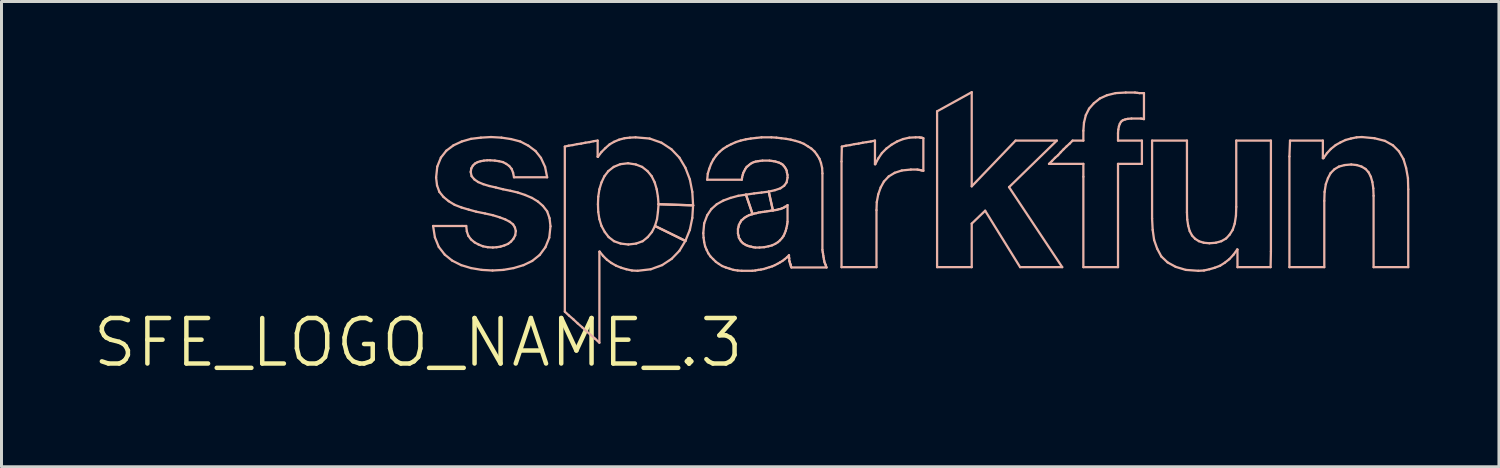
<source format=kicad_pcb>
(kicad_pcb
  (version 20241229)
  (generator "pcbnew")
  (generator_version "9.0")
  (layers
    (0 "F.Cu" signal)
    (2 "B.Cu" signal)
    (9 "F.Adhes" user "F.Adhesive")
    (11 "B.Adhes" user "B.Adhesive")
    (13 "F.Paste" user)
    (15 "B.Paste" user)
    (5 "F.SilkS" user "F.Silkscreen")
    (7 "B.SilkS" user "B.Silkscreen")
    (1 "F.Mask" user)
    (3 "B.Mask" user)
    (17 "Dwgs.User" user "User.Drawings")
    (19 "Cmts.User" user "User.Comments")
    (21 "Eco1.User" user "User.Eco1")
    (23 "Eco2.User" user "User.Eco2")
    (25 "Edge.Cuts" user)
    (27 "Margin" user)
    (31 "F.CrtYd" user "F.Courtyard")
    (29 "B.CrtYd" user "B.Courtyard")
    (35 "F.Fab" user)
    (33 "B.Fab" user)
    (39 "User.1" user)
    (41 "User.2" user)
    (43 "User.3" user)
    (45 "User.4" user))
  (footprint "SFE_LOGO_NAME_.3"
    (layer "F.Cu")
    (at 10.958 8.428)
    (property "Reference" "SFE_LOGO_NAME_.3" (at 0 0 0) (layer "F.SilkS") (effects (font (size 1.524 1.524) (thickness 0.15))))
    (attr exclude_from_pos_files exclude_from_bom)
    (fp_line (start 0.498 -3.909) (end 1.468 -3.909) (stroke (width 0.076) (type solid)) (layer "B.SilkS"))
    (fp_line (start 0.559 -3.528) (end 0.498 -3.909) (stroke (width 0.076) (type solid)) (layer "B.SilkS"))
    (fp_line (start 0.599 -5.53) (end 0.638 -5.898) (stroke (width 0.076) (type solid)) (layer "B.SilkS"))
    (fp_line (start 0.63 -5.268) (end 0.599 -5.53) (stroke (width 0.076) (type solid)) (layer "B.SilkS"))
    (fp_line (start 0.638 -5.898) (end 0.759 -6.198) (stroke (width 0.076) (type solid)) (layer "B.SilkS"))
    (fp_line (start 0.688 -3.208) (end 0.559 -3.528) (stroke (width 0.076) (type solid)) (layer "B.SilkS"))
    (fp_line (start 0.709 -5.05) (end 0.63 -5.268) (stroke (width 0.076) (type solid)) (layer "B.SilkS"))
    (fp_line (start 0.759 -6.198) (end 0.94 -6.429) (stroke (width 0.076) (type solid)) (layer "B.SilkS"))
    (fp_line (start 0.848 -4.879) (end 0.709 -5.05) (stroke (width 0.076) (type solid)) (layer "B.SilkS"))
    (fp_line (start 0.889 -2.949) (end 0.688 -3.208) (stroke (width 0.076) (type solid)) (layer "B.SilkS"))
    (fp_line (start 0.94 -6.429) (end 1.179 -6.609) (stroke (width 0.076) (type solid)) (layer "B.SilkS"))
    (fp_line (start 1.019 -4.74) (end 0.848 -4.879) (stroke (width 0.076) (type solid)) (layer "B.SilkS"))
    (fp_line (start 1.138 -2.748) (end 0.889 -2.949) (stroke (width 0.076) (type solid)) (layer "B.SilkS"))
    (fp_line (start 1.179 -6.609) (end 1.458 -6.739) (stroke (width 0.076) (type solid)) (layer "B.SilkS"))
    (fp_line (start 1.219 -4.618) (end 1.019 -4.74) (stroke (width 0.076) (type solid)) (layer "B.SilkS"))
    (fp_line (start 1.438 -2.598) (end 1.138 -2.748) (stroke (width 0.076) (type solid)) (layer "B.SilkS"))
    (fp_line (start 1.448 -4.529) (end 1.219 -4.618) (stroke (width 0.076) (type solid)) (layer "B.SilkS"))
    (fp_line (start 1.458 -6.739) (end 1.768 -6.828) (stroke (width 0.076) (type solid)) (layer "B.SilkS"))
    (fp_line (start 1.468 -3.909) (end 1.608 -3.909) (stroke (width 0.076) (type solid)) (layer "B.SilkS"))
    (fp_line (start 1.608 -3.909) (end 1.628 -3.729) (stroke (width 0.076) (type solid)) (layer "B.SilkS"))
    (fp_line (start 1.628 -3.729) (end 1.679 -3.579) (stroke (width 0.076) (type solid)) (layer "B.SilkS"))
    (fp_line (start 1.679 -3.579) (end 1.768 -3.459) (stroke (width 0.076) (type solid)) (layer "B.SilkS"))
    (fp_line (start 1.689 -4.458) (end 1.448 -4.529) (stroke (width 0.076) (type solid)) (layer "B.SilkS"))
    (fp_line (start 1.758 -5.718) (end 1.788 -5.578) (stroke (width 0.076) (type solid)) (layer "B.SilkS"))
    (fp_line (start 1.768 -6.828) (end 2.098 -6.868) (stroke (width 0.076) (type solid)) (layer "B.SilkS"))
    (fp_line (start 1.768 -3.459) (end 1.89 -3.358) (stroke (width 0.076) (type solid)) (layer "B.SilkS"))
    (fp_line (start 1.768 -2.499) (end 1.438 -2.598) (stroke (width 0.076) (type solid)) (layer "B.SilkS"))
    (fp_line (start 1.778 -5.839) (end 1.758 -5.718) (stroke (width 0.076) (type solid)) (layer "B.SilkS"))
    (fp_line (start 1.788 -5.578) (end 1.88 -5.469) (stroke (width 0.076) (type solid)) (layer "B.SilkS"))
    (fp_line (start 1.829 -5.928) (end 1.778 -5.839) (stroke (width 0.076) (type solid)) (layer "B.SilkS"))
    (fp_line (start 1.88 -5.469) (end 2.009 -5.38) (stroke (width 0.076) (type solid)) (layer "B.SilkS"))
    (fp_line (start 1.89 -3.358) (end 2.019 -3.289) (stroke (width 0.076) (type solid)) (layer "B.SilkS"))
    (fp_line (start 1.9 -5.999) (end 1.829 -5.928) (stroke (width 0.076) (type solid)) (layer "B.SilkS"))
    (fp_line (start 1.938 -4.389) (end 1.689 -4.458) (stroke (width 0.076) (type solid)) (layer "B.SilkS"))
    (fp_line (start 1.989 -6.048) (end 1.9 -5.999) (stroke (width 0.076) (type solid)) (layer "B.SilkS"))
    (fp_line (start 2.009 -5.38) (end 2.179 -5.309) (stroke (width 0.076) (type solid)) (layer "B.SilkS"))
    (fp_line (start 2.019 -3.289) (end 2.169 -3.228) (stroke (width 0.076) (type solid)) (layer "B.SilkS"))
    (fp_line (start 2.088 -6.078) (end 1.989 -6.048) (stroke (width 0.076) (type solid)) (layer "B.SilkS"))
    (fp_line (start 2.098 -6.868) (end 2.438 -6.888) (stroke (width 0.076) (type solid)) (layer "B.SilkS"))
    (fp_line (start 2.129 -2.438) (end 1.768 -2.499) (stroke (width 0.076) (type solid)) (layer "B.SilkS"))
    (fp_line (start 2.169 -3.228) (end 2.329 -3.198) (stroke (width 0.076) (type solid)) (layer "B.SilkS"))
    (fp_line (start 2.179 -5.309) (end 2.38 -5.248) (stroke (width 0.076) (type solid)) (layer "B.SilkS"))
    (fp_line (start 2.2 -6.099) (end 2.088 -6.078) (stroke (width 0.076) (type solid)) (layer "B.SilkS"))
    (fp_line (start 2.238 -4.328) (end 1.938 -4.389) (stroke (width 0.076) (type solid)) (layer "B.SilkS"))
    (fp_line (start 2.309 -6.109) (end 2.2 -6.099) (stroke (width 0.076) (type solid)) (layer "B.SilkS"))
    (fp_line (start 2.329 -3.198) (end 2.499 -3.188) (stroke (width 0.076) (type solid)) (layer "B.SilkS"))
    (fp_line (start 2.38 -5.248) (end 2.598 -5.199) (stroke (width 0.076) (type solid)) (layer "B.SilkS"))
    (fp_line (start 2.408 -6.109) (end 2.309 -6.109) (stroke (width 0.076) (type solid)) (layer "B.SilkS"))
    (fp_line (start 2.438 -6.888) (end 2.789 -6.868) (stroke (width 0.076) (type solid)) (layer "B.SilkS"))
    (fp_line (start 2.489 -2.418) (end 2.129 -2.438) (stroke (width 0.076) (type solid)) (layer "B.SilkS"))
    (fp_line (start 2.499 -4.27) (end 2.238 -4.328) (stroke (width 0.076) (type solid)) (layer "B.SilkS"))
    (fp_line (start 2.499 -3.188) (end 2.629 -3.198) (stroke (width 0.076) (type solid)) (layer "B.SilkS"))
    (fp_line (start 2.568 -6.099) (end 2.408 -6.109) (stroke (width 0.076) (type solid)) (layer "B.SilkS"))
    (fp_line (start 2.598 -5.199) (end 2.84 -5.138) (stroke (width 0.076) (type solid)) (layer "B.SilkS"))
    (fp_line (start 2.629 -3.198) (end 2.758 -3.218) (stroke (width 0.076) (type solid)) (layer "B.SilkS"))
    (fp_line (start 2.708 -6.078) (end 2.568 -6.099) (stroke (width 0.076) (type solid)) (layer "B.SilkS"))
    (fp_line (start 2.728 -4.199) (end 2.499 -4.27) (stroke (width 0.076) (type solid)) (layer "B.SilkS"))
    (fp_line (start 2.758 -3.218) (end 2.888 -3.259) (stroke (width 0.076) (type solid)) (layer "B.SilkS"))
    (fp_line (start 2.789 -6.868) (end 3.109 -6.82) (stroke (width 0.076) (type solid)) (layer "B.SilkS"))
    (fp_line (start 2.84 -6.048) (end 2.708 -6.078) (stroke (width 0.076) (type solid)) (layer "B.SilkS"))
    (fp_line (start 2.84 -5.138) (end 3.089 -5.088) (stroke (width 0.076) (type solid)) (layer "B.SilkS"))
    (fp_line (start 2.85 -2.438) (end 2.489 -2.418) (stroke (width 0.076) (type solid)) (layer "B.SilkS"))
    (fp_line (start 2.888 -3.259) (end 3.01 -3.31) (stroke (width 0.076) (type solid)) (layer "B.SilkS"))
    (fp_line (start 2.918 -4.128) (end 2.728 -4.199) (stroke (width 0.076) (type solid)) (layer "B.SilkS"))
    (fp_line (start 2.949 -5.989) (end 2.84 -6.048) (stroke (width 0.076) (type solid)) (layer "B.SilkS"))
    (fp_line (start 3.01 -3.31) (end 3.109 -3.388) (stroke (width 0.076) (type solid)) (layer "B.SilkS"))
    (fp_line (start 3.048 -5.918) (end 2.949 -5.989) (stroke (width 0.076) (type solid)) (layer "B.SilkS"))
    (fp_line (start 3.068 -4.049) (end 2.918 -4.128) (stroke (width 0.076) (type solid)) (layer "B.SilkS"))
    (fp_line (start 3.089 -5.088) (end 3.338 -5.029) (stroke (width 0.076) (type solid)) (layer "B.SilkS"))
    (fp_line (start 3.109 -6.82) (end 3.419 -6.739) (stroke (width 0.076) (type solid)) (layer "B.SilkS"))
    (fp_line (start 3.109 -3.388) (end 3.188 -3.48) (stroke (width 0.076) (type solid)) (layer "B.SilkS"))
    (fp_line (start 3.129 -5.819) (end 3.048 -5.918) (stroke (width 0.076) (type solid)) (layer "B.SilkS"))
    (fp_line (start 3.178 -5.69) (end 3.129 -5.819) (stroke (width 0.076) (type solid)) (layer "B.SilkS"))
    (fp_line (start 3.178 -3.96) (end 3.068 -4.049) (stroke (width 0.076) (type solid)) (layer "B.SilkS"))
    (fp_line (start 3.188 -3.48) (end 3.249 -3.599) (stroke (width 0.076) (type solid)) (layer "B.SilkS"))
    (fp_line (start 3.198 -2.499) (end 2.85 -2.438) (stroke (width 0.076) (type solid)) (layer "B.SilkS"))
    (fp_line (start 3.208 -5.54) (end 3.178 -5.69) (stroke (width 0.076) (type solid)) (layer "B.SilkS"))
    (fp_line (start 3.239 -3.858) (end 3.178 -3.96) (stroke (width 0.076) (type solid)) (layer "B.SilkS"))
    (fp_line (start 3.249 -3.599) (end 3.269 -3.739) (stroke (width 0.076) (type solid)) (layer "B.SilkS"))
    (fp_line (start 3.269 -3.739) (end 3.239 -3.858) (stroke (width 0.076) (type solid)) (layer "B.SilkS"))
    (fp_line (start 3.338 -5.029) (end 3.579 -4.948) (stroke (width 0.076) (type solid)) (layer "B.SilkS"))
    (fp_line (start 3.419 -6.739) (end 3.688 -6.599) (stroke (width 0.076) (type solid)) (layer "B.SilkS"))
    (fp_line (start 3.528 -2.598) (end 3.198 -2.499) (stroke (width 0.076) (type solid)) (layer "B.SilkS"))
    (fp_line (start 3.579 -4.948) (end 3.81 -4.849) (stroke (width 0.076) (type solid)) (layer "B.SilkS"))
    (fp_line (start 3.688 -6.599) (end 3.929 -6.419) (stroke (width 0.076) (type solid)) (layer "B.SilkS"))
    (fp_line (start 3.81 -4.849) (end 4.008 -4.729) (stroke (width 0.076) (type solid)) (layer "B.SilkS"))
    (fp_line (start 3.818 -2.738) (end 3.528 -2.598) (stroke (width 0.076) (type solid)) (layer "B.SilkS"))
    (fp_line (start 3.929 -6.419) (end 4.11 -6.19) (stroke (width 0.076) (type solid)) (layer "B.SilkS"))
    (fp_line (start 4.008 -4.729) (end 4.178 -4.58) (stroke (width 0.076) (type solid)) (layer "B.SilkS"))
    (fp_line (start 4.069 -2.939) (end 3.818 -2.738) (stroke (width 0.076) (type solid)) (layer "B.SilkS"))
    (fp_line (start 4.11 -6.19) (end 4.249 -5.888) (stroke (width 0.076) (type solid)) (layer "B.SilkS"))
    (fp_line (start 4.178 -4.58) (end 4.318 -4.399) (stroke (width 0.076) (type solid)) (layer "B.SilkS"))
    (fp_line (start 4.249 -5.888) (end 4.318 -5.54) (stroke (width 0.076) (type solid)) (layer "B.SilkS"))
    (fp_line (start 4.26 -3.198) (end 4.069 -2.939) (stroke (width 0.076) (type solid)) (layer "B.SilkS"))
    (fp_line (start 4.318 -5.54) (end 3.208 -5.54) (stroke (width 0.076) (type solid)) (layer "B.SilkS"))
    (fp_line (start 4.318 -4.399) (end 4.399 -4.168) (stroke (width 0.076) (type solid)) (layer "B.SilkS"))
    (fp_line (start 4.389 -3.518) (end 4.26 -3.198) (stroke (width 0.076) (type solid)) (layer "B.SilkS"))
    (fp_line (start 4.399 -4.168) (end 4.43 -3.899) (stroke (width 0.076) (type solid)) (layer "B.SilkS"))
    (fp_line (start 4.43 -3.899) (end 4.389 -3.518) (stroke (width 0.076) (type solid)) (layer "B.SilkS"))
    (fp_line (start 4.91 -6.568) (end 5.039 -6.599) (stroke (width 0.076) (type solid)) (layer "B.SilkS"))
    (fp_line (start 4.91 -1.039) (end 4.91 -6.568) (stroke (width 0.076) (type solid)) (layer "B.SilkS"))
    (fp_line (start 5.039 -6.599) (end 5.179 -6.619) (stroke (width 0.076) (type solid)) (layer "B.SilkS"))
    (fp_line (start 5.05 -0.909) (end 4.91 -1.039) (stroke (width 0.076) (type solid)) (layer "B.SilkS"))
    (fp_line (start 5.179 -6.619) (end 5.319 -6.65) (stroke (width 0.076) (type solid)) (layer "B.SilkS"))
    (fp_line (start 5.199 -0.78) (end 5.05 -0.909) (stroke (width 0.076) (type solid)) (layer "B.SilkS"))
    (fp_line (start 5.319 -6.65) (end 5.458 -6.668) (stroke (width 0.076) (type solid)) (layer "B.SilkS"))
    (fp_line (start 5.339 -0.648) (end 5.199 -0.78) (stroke (width 0.076) (type solid)) (layer "B.SilkS"))
    (fp_line (start 5.458 -6.668) (end 5.598 -6.698) (stroke (width 0.076) (type solid)) (layer "B.SilkS"))
    (fp_line (start 5.489 -0.518) (end 5.339 -0.648) (stroke (width 0.076) (type solid)) (layer "B.SilkS"))
    (fp_line (start 5.598 -6.698) (end 5.738 -6.718) (stroke (width 0.076) (type solid)) (layer "B.SilkS"))
    (fp_line (start 5.629 -0.389) (end 5.489 -0.518) (stroke (width 0.076) (type solid)) (layer "B.SilkS"))
    (fp_line (start 5.738 -6.718) (end 5.878 -6.749) (stroke (width 0.076) (type solid)) (layer "B.SilkS"))
    (fp_line (start 5.779 -0.259) (end 5.629 -0.389) (stroke (width 0.076) (type solid)) (layer "B.SilkS"))
    (fp_line (start 5.878 -6.749) (end 6.01 -6.769) (stroke (width 0.076) (type solid)) (layer "B.SilkS"))
    (fp_line (start 5.928 -0.13) (end 5.779 -0.259) (stroke (width 0.076) (type solid)) (layer "B.SilkS"))
    (fp_line (start 6.01 -6.769) (end 6.01 -6.228) (stroke (width 0.076) (type solid)) (layer "B.SilkS"))
    (fp_line (start 6.01 -6.228) (end 6.02 -6.228) (stroke (width 0.076) (type solid)) (layer "B.SilkS"))
    (fp_line (start 6.02 -6.228) (end 6.139 -6.388) (stroke (width 0.076) (type solid)) (layer "B.SilkS"))
    (fp_line (start 6.02 -4.638) (end 6.03 -4.379) (stroke (width 0.076) (type solid)) (layer "B.SilkS"))
    (fp_line (start 6.03 -4.889) (end 6.02 -4.638) (stroke (width 0.076) (type solid)) (layer "B.SilkS"))
    (fp_line (start 6.03 -4.379) (end 6.068 -4.138) (stroke (width 0.076) (type solid)) (layer "B.SilkS"))
    (fp_line (start 6.068 -5.138) (end 6.03 -4.889) (stroke (width 0.076) (type solid)) (layer "B.SilkS"))
    (fp_line (start 6.068 -4.138) (end 6.139 -3.909) (stroke (width 0.076) (type solid)) (layer "B.SilkS"))
    (fp_line (start 6.068 -3.048) (end 6.068 0) (stroke (width 0.076) (type solid)) (layer "B.SilkS"))
    (fp_line (start 6.068 0) (end 5.928 -0.13) (stroke (width 0.076) (type solid)) (layer "B.SilkS"))
    (fp_line (start 6.078 -3.048) (end 6.068 -3.048) (stroke (width 0.076) (type solid)) (layer "B.SilkS"))
    (fp_line (start 6.139 -6.388) (end 6.269 -6.518) (stroke (width 0.076) (type solid)) (layer "B.SilkS"))
    (fp_line (start 6.139 -5.37) (end 6.068 -5.138) (stroke (width 0.076) (type solid)) (layer "B.SilkS"))
    (fp_line (start 6.139 -3.909) (end 6.248 -3.708) (stroke (width 0.076) (type solid)) (layer "B.SilkS"))
    (fp_line (start 6.19 -2.908) (end 6.078 -3.048) (stroke (width 0.076) (type solid)) (layer "B.SilkS"))
    (fp_line (start 6.238 -5.578) (end 6.139 -5.37) (stroke (width 0.076) (type solid)) (layer "B.SilkS"))
    (fp_line (start 6.248 -3.708) (end 6.378 -3.538) (stroke (width 0.076) (type solid)) (layer "B.SilkS"))
    (fp_line (start 6.269 -6.518) (end 6.408 -6.64) (stroke (width 0.076) (type solid)) (layer "B.SilkS"))
    (fp_line (start 6.32 -2.779) (end 6.19 -2.908) (stroke (width 0.076) (type solid)) (layer "B.SilkS"))
    (fp_line (start 6.368 -5.748) (end 6.238 -5.578) (stroke (width 0.076) (type solid)) (layer "B.SilkS"))
    (fp_line (start 6.378 -3.538) (end 6.558 -3.399) (stroke (width 0.076) (type solid)) (layer "B.SilkS"))
    (fp_line (start 6.408 -6.64) (end 6.558 -6.728) (stroke (width 0.076) (type solid)) (layer "B.SilkS"))
    (fp_line (start 6.469 -2.67) (end 6.32 -2.779) (stroke (width 0.076) (type solid)) (layer "B.SilkS"))
    (fp_line (start 6.548 -5.888) (end 6.368 -5.748) (stroke (width 0.076) (type solid)) (layer "B.SilkS"))
    (fp_line (start 6.558 -6.728) (end 6.728 -6.8) (stroke (width 0.076) (type solid)) (layer "B.SilkS"))
    (fp_line (start 6.558 -3.399) (end 6.779 -3.32) (stroke (width 0.076) (type solid)) (layer "B.SilkS"))
    (fp_line (start 6.629 -2.578) (end 6.469 -2.67) (stroke (width 0.076) (type solid)) (layer "B.SilkS"))
    (fp_line (start 6.728 -6.8) (end 6.909 -6.848) (stroke (width 0.076) (type solid)) (layer "B.SilkS"))
    (fp_line (start 6.769 -5.979) (end 6.548 -5.888) (stroke (width 0.076) (type solid)) (layer "B.SilkS"))
    (fp_line (start 6.779 -3.32) (end 7.038 -3.289) (stroke (width 0.076) (type solid)) (layer "B.SilkS"))
    (fp_line (start 6.8 -2.51) (end 6.629 -2.578) (stroke (width 0.076) (type solid)) (layer "B.SilkS"))
    (fp_line (start 6.909 -6.848) (end 7.089 -6.868) (stroke (width 0.076) (type solid)) (layer "B.SilkS"))
    (fp_line (start 6.97 -2.459) (end 6.8 -2.51) (stroke (width 0.076) (type solid)) (layer "B.SilkS"))
    (fp_line (start 7.028 -6.01) (end 6.769 -5.979) (stroke (width 0.076) (type solid)) (layer "B.SilkS"))
    (fp_line (start 7.038 -3.289) (end 7.3 -3.32) (stroke (width 0.076) (type solid)) (layer "B.SilkS"))
    (fp_line (start 7.089 -6.868) (end 7.28 -6.878) (stroke (width 0.076) (type solid)) (layer "B.SilkS"))
    (fp_line (start 7.158 -2.418) (end 6.97 -2.459) (stroke (width 0.076) (type solid)) (layer "B.SilkS"))
    (fp_line (start 7.28 -6.878) (end 7.75 -6.838) (stroke (width 0.076) (type solid)) (layer "B.SilkS"))
    (fp_line (start 7.29 -5.969) (end 7.028 -6.01) (stroke (width 0.076) (type solid)) (layer "B.SilkS"))
    (fp_line (start 7.3 -3.32) (end 7.518 -3.399) (stroke (width 0.076) (type solid)) (layer "B.SilkS"))
    (fp_line (start 7.348 -2.408) (end 7.158 -2.418) (stroke (width 0.076) (type solid)) (layer "B.SilkS"))
    (fp_line (start 7.498 -5.888) (end 7.29 -5.969) (stroke (width 0.076) (type solid)) (layer "B.SilkS"))
    (fp_line (start 7.518 -3.399) (end 7.689 -3.538) (stroke (width 0.076) (type solid)) (layer "B.SilkS"))
    (fp_line (start 7.678 -5.748) (end 7.498 -5.888) (stroke (width 0.076) (type solid)) (layer "B.SilkS"))
    (fp_line (start 7.689 -3.538) (end 7.828 -3.708) (stroke (width 0.076) (type solid)) (layer "B.SilkS"))
    (fp_line (start 7.75 -6.838) (end 8.148 -6.698) (stroke (width 0.076) (type solid)) (layer "B.SilkS"))
    (fp_line (start 7.788 -2.459) (end 7.348 -2.408) (stroke (width 0.076) (type solid)) (layer "B.SilkS"))
    (fp_line (start 7.818 -5.578) (end 7.678 -5.748) (stroke (width 0.076) (type solid)) (layer "B.SilkS"))
    (fp_line (start 7.828 -3.708) (end 7.93 -3.909) (stroke (width 0.076) (type solid)) (layer "B.SilkS"))
    (fp_line (start 7.92 -5.37) (end 7.818 -5.578) (stroke (width 0.076) (type solid)) (layer "B.SilkS"))
    (fp_line (start 7.93 -3.909) (end 7.998 -4.138) (stroke (width 0.076) (type solid)) (layer "B.SilkS"))
    (fp_line (start 7.93 -3.909) (end 8.948 -3.409) (stroke (width 0.076) (type solid)) (layer "B.SilkS"))
    (fp_line (start 7.988 -5.138) (end 7.92 -5.37) (stroke (width 0.076) (type solid)) (layer "B.SilkS"))
    (fp_line (start 7.998 -4.138) (end 8.029 -4.379) (stroke (width 0.076) (type solid)) (layer "B.SilkS"))
    (fp_line (start 8.029 -4.889) (end 7.988 -5.138) (stroke (width 0.076) (type solid)) (layer "B.SilkS"))
    (fp_line (start 8.029 -4.379) (end 8.049 -4.638) (stroke (width 0.076) (type solid)) (layer "B.SilkS"))
    (fp_line (start 8.049 -4.638) (end 8.029 -4.889) (stroke (width 0.076) (type solid)) (layer "B.SilkS"))
    (fp_line (start 8.049 -4.638) (end 9.207 -4.6) (stroke (width 0.076) (type solid)) (layer "B.SilkS"))
    (fp_line (start 8.148 -6.698) (end 8.479 -6.48) (stroke (width 0.076) (type solid)) (layer "B.SilkS"))
    (fp_line (start 8.169 -2.598) (end 7.788 -2.459) (stroke (width 0.076) (type solid)) (layer "B.SilkS"))
    (fp_line (start 8.479 -6.48) (end 8.748 -6.198) (stroke (width 0.076) (type solid)) (layer "B.SilkS"))
    (fp_line (start 8.489 -2.809) (end 8.169 -2.598) (stroke (width 0.076) (type solid)) (layer "B.SilkS"))
    (fp_line (start 8.748 -6.198) (end 8.948 -5.86) (stroke (width 0.076) (type solid)) (layer "B.SilkS"))
    (fp_line (start 8.748 -3.078) (end 8.489 -2.809) (stroke (width 0.076) (type solid)) (layer "B.SilkS"))
    (fp_line (start 8.948 -5.86) (end 9.098 -5.469) (stroke (width 0.076) (type solid)) (layer "B.SilkS"))
    (fp_line (start 8.948 -3.409) (end 7.93 -3.909) (stroke (width 0.076) (type solid)) (layer "B.SilkS"))
    (fp_line (start 8.948 -3.409) (end 8.748 -3.078) (stroke (width 0.076) (type solid)) (layer "B.SilkS"))
    (fp_line (start 9.098 -5.469) (end 9.18 -5.05) (stroke (width 0.076) (type solid)) (layer "B.SilkS"))
    (fp_line (start 9.098 -3.78) (end 8.948 -3.409) (stroke (width 0.076) (type solid)) (layer "B.SilkS"))
    (fp_line (start 9.18 -5.05) (end 9.207 -4.6) (stroke (width 0.076) (type solid)) (layer "B.SilkS"))
    (fp_line (start 9.18 -4.178) (end 9.098 -3.78) (stroke (width 0.076) (type solid)) (layer "B.SilkS"))
    (fp_line (start 9.207 -4.6) (end 8.049 -4.638) (stroke (width 0.076) (type solid)) (layer "B.SilkS"))
    (fp_line (start 9.207 -4.6) (end 9.18 -4.178) (stroke (width 0.076) (type solid)) (layer "B.SilkS"))
    (fp_line (start 9.548 -3.668) (end 9.578 -3.998) (stroke (width 0.076) (type solid)) (layer "B.SilkS"))
    (fp_line (start 9.558 -3.518) (end 9.548 -3.668) (stroke (width 0.076) (type solid)) (layer "B.SilkS"))
    (fp_line (start 9.578 -3.998) (end 9.68 -4.27) (stroke (width 0.076) (type solid)) (layer "B.SilkS"))
    (fp_line (start 9.578 -3.368) (end 9.558 -3.518) (stroke (width 0.076) (type solid)) (layer "B.SilkS"))
    (fp_line (start 9.609 -3.228) (end 9.578 -3.368) (stroke (width 0.076) (type solid)) (layer "B.SilkS"))
    (fp_line (start 9.66 -3.109) (end 9.609 -3.228) (stroke (width 0.076) (type solid)) (layer "B.SilkS"))
    (fp_line (start 9.68 -5.458) (end 9.698 -5.659) (stroke (width 0.076) (type solid)) (layer "B.SilkS"))
    (fp_line (start 9.68 -4.27) (end 9.82 -4.478) (stroke (width 0.076) (type solid)) (layer "B.SilkS"))
    (fp_line (start 9.698 -5.659) (end 9.749 -5.829) (stroke (width 0.076) (type solid)) (layer "B.SilkS"))
    (fp_line (start 9.718 -2.99) (end 9.66 -3.109) (stroke (width 0.076) (type solid)) (layer "B.SilkS"))
    (fp_line (start 9.749 -5.829) (end 9.809 -5.989) (stroke (width 0.076) (type solid)) (layer "B.SilkS"))
    (fp_line (start 9.789 -2.888) (end 9.718 -2.99) (stroke (width 0.076) (type solid)) (layer "B.SilkS"))
    (fp_line (start 9.809 -5.989) (end 9.888 -6.139) (stroke (width 0.076) (type solid)) (layer "B.SilkS"))
    (fp_line (start 9.82 -4.478) (end 10 -4.638) (stroke (width 0.076) (type solid)) (layer "B.SilkS"))
    (fp_line (start 9.878 -2.799) (end 9.789 -2.888) (stroke (width 0.076) (type solid)) (layer "B.SilkS"))
    (fp_line (start 9.888 -6.139) (end 9.98 -6.269) (stroke (width 0.076) (type solid)) (layer "B.SilkS"))
    (fp_line (start 9.97 -2.708) (end 9.878 -2.799) (stroke (width 0.076) (type solid)) (layer "B.SilkS"))
    (fp_line (start 9.98 -6.269) (end 10.089 -6.388) (stroke (width 0.076) (type solid)) (layer "B.SilkS"))
    (fp_line (start 10 -4.638) (end 10.218 -4.76) (stroke (width 0.076) (type solid)) (layer "B.SilkS"))
    (fp_line (start 10.069 -2.639) (end 9.97 -2.708) (stroke (width 0.076) (type solid)) (layer "B.SilkS"))
    (fp_line (start 10.089 -6.388) (end 10.208 -6.49) (stroke (width 0.076) (type solid)) (layer "B.SilkS"))
    (fp_line (start 10.178 -2.568) (end 10.069 -2.639) (stroke (width 0.076) (type solid)) (layer "B.SilkS"))
    (fp_line (start 10.208 -6.49) (end 10.348 -6.579) (stroke (width 0.076) (type solid)) (layer "B.SilkS"))
    (fp_line (start 10.218 -4.76) (end 10.46 -4.849) (stroke (width 0.076) (type solid)) (layer "B.SilkS"))
    (fp_line (start 10.3 -2.52) (end 10.178 -2.568) (stroke (width 0.076) (type solid)) (layer "B.SilkS"))
    (fp_line (start 10.348 -6.579) (end 10.488 -6.65) (stroke (width 0.076) (type solid)) (layer "B.SilkS"))
    (fp_line (start 10.429 -2.479) (end 10.3 -2.52) (stroke (width 0.076) (type solid)) (layer "B.SilkS"))
    (fp_line (start 10.46 -4.849) (end 10.719 -4.92) (stroke (width 0.076) (type solid)) (layer "B.SilkS"))
    (fp_line (start 10.488 -6.65) (end 10.638 -6.718) (stroke (width 0.076) (type solid)) (layer "B.SilkS"))
    (fp_line (start 10.559 -2.438) (end 10.429 -2.479) (stroke (width 0.076) (type solid)) (layer "B.SilkS"))
    (fp_line (start 10.638 -6.718) (end 10.798 -6.769) (stroke (width 0.076) (type solid)) (layer "B.SilkS"))
    (fp_line (start 10.698 -2.418) (end 10.559 -2.438) (stroke (width 0.076) (type solid)) (layer "B.SilkS"))
    (fp_line (start 10.709 -3.81) (end 10.709 -3.658) (stroke (width 0.076) (type solid)) (layer "B.SilkS"))
    (fp_line (start 10.709 -3.658) (end 10.729 -3.589) (stroke (width 0.076) (type solid)) (layer "B.SilkS"))
    (fp_line (start 10.719 -4.92) (end 10.978 -4.958) (stroke (width 0.076) (type solid)) (layer "B.SilkS"))
    (fp_line (start 10.729 -3.879) (end 10.709 -3.81) (stroke (width 0.076) (type solid)) (layer "B.SilkS"))
    (fp_line (start 10.729 -3.589) (end 10.739 -3.518) (stroke (width 0.076) (type solid)) (layer "B.SilkS"))
    (fp_line (start 10.739 -3.94) (end 10.729 -3.879) (stroke (width 0.076) (type solid)) (layer "B.SilkS"))
    (fp_line (start 10.739 -3.518) (end 10.77 -3.47) (stroke (width 0.076) (type solid)) (layer "B.SilkS"))
    (fp_line (start 10.77 -3.998) (end 10.739 -3.94) (stroke (width 0.076) (type solid)) (layer "B.SilkS"))
    (fp_line (start 10.77 -3.47) (end 10.798 -3.419) (stroke (width 0.076) (type solid)) (layer "B.SilkS"))
    (fp_line (start 10.798 -6.769) (end 10.968 -6.81) (stroke (width 0.076) (type solid)) (layer "B.SilkS"))
    (fp_line (start 10.798 -4.049) (end 10.77 -3.998) (stroke (width 0.076) (type solid)) (layer "B.SilkS"))
    (fp_line (start 10.798 -3.419) (end 10.838 -3.368) (stroke (width 0.076) (type solid)) (layer "B.SilkS"))
    (fp_line (start 10.828 -4.1) (end 10.798 -4.049) (stroke (width 0.076) (type solid)) (layer "B.SilkS"))
    (fp_line (start 10.838 -5.458) (end 9.68 -5.458) (stroke (width 0.076) (type solid)) (layer "B.SilkS"))
    (fp_line (start 10.838 -3.368) (end 10.879 -3.33) (stroke (width 0.076) (type solid)) (layer "B.SilkS"))
    (fp_line (start 10.838 -2.408) (end 10.698 -2.418) (stroke (width 0.076) (type solid)) (layer "B.SilkS"))
    (fp_line (start 10.848 -5.54) (end 10.838 -5.458) (stroke (width 0.076) (type solid)) (layer "B.SilkS"))
    (fp_line (start 10.869 -5.618) (end 10.848 -5.54) (stroke (width 0.076) (type solid)) (layer "B.SilkS"))
    (fp_line (start 10.879 -4.138) (end 10.828 -4.1) (stroke (width 0.076) (type solid)) (layer "B.SilkS"))
    (fp_line (start 10.879 -3.33) (end 10.93 -3.299) (stroke (width 0.076) (type solid)) (layer "B.SilkS"))
    (fp_line (start 10.889 -5.69) (end 10.869 -5.618) (stroke (width 0.076) (type solid)) (layer "B.SilkS"))
    (fp_line (start 10.919 -5.748) (end 10.889 -5.69) (stroke (width 0.076) (type solid)) (layer "B.SilkS"))
    (fp_line (start 10.919 -4.178) (end 10.879 -4.138) (stroke (width 0.076) (type solid)) (layer "B.SilkS"))
    (fp_line (start 10.93 -3.299) (end 10.978 -3.269) (stroke (width 0.076) (type solid)) (layer "B.SilkS"))
    (fp_line (start 10.95 -5.809) (end 10.919 -5.748) (stroke (width 0.076) (type solid)) (layer "B.SilkS"))
    (fp_line (start 10.968 -6.81) (end 11.138 -6.838) (stroke (width 0.076) (type solid)) (layer "B.SilkS"))
    (fp_line (start 10.968 -4.209) (end 10.919 -4.178) (stroke (width 0.076) (type solid)) (layer "B.SilkS"))
    (fp_line (start 10.978 -4.958) (end 11.199 -4.308) (stroke (width 0.076) (type solid)) (layer "B.SilkS"))
    (fp_line (start 10.978 -4.958) (end 11.25 -4.999) (stroke (width 0.076) (type solid)) (layer "B.SilkS"))
    (fp_line (start 10.978 -3.269) (end 11.029 -3.249) (stroke (width 0.076) (type solid)) (layer "B.SilkS"))
    (fp_line (start 10.988 -5.87) (end 10.95 -5.809) (stroke (width 0.076) (type solid)) (layer "B.SilkS"))
    (fp_line (start 11.019 -4.239) (end 10.968 -4.209) (stroke (width 0.076) (type solid)) (layer "B.SilkS"))
    (fp_line (start 11.029 -5.908) (end 10.988 -5.87) (stroke (width 0.076) (type solid)) (layer "B.SilkS"))
    (fp_line (start 11.029 -3.249) (end 11.09 -3.228) (stroke (width 0.076) (type solid)) (layer "B.SilkS"))
    (fp_line (start 11.079 -5.949) (end 11.029 -5.908) (stroke (width 0.076) (type solid)) (layer "B.SilkS"))
    (fp_line (start 11.079 -4.27) (end 11.019 -4.239) (stroke (width 0.076) (type solid)) (layer "B.SilkS"))
    (fp_line (start 11.09 -3.228) (end 11.148 -3.218) (stroke (width 0.076) (type solid)) (layer "B.SilkS"))
    (fp_line (start 11.128 -5.989) (end 11.079 -5.949) (stroke (width 0.076) (type solid)) (layer "B.SilkS"))
    (fp_line (start 11.138 -6.838) (end 11.318 -6.858) (stroke (width 0.076) (type solid)) (layer "B.SilkS"))
    (fp_line (start 11.138 -4.288) (end 11.079 -4.27) (stroke (width 0.076) (type solid)) (layer "B.SilkS"))
    (fp_line (start 11.148 -3.218) (end 11.219 -3.198) (stroke (width 0.076) (type solid)) (layer "B.SilkS"))
    (fp_line (start 11.179 -6.02) (end 11.128 -5.989) (stroke (width 0.076) (type solid)) (layer "B.SilkS"))
    (fp_line (start 11.189 -2.408) (end 10.838 -2.408) (stroke (width 0.076) (type solid)) (layer "B.SilkS"))
    (fp_line (start 11.199 -4.308) (end 10.978 -4.958) (stroke (width 0.076) (type solid)) (layer "B.SilkS"))
    (fp_line (start 11.199 -4.308) (end 11.138 -4.288) (stroke (width 0.076) (type solid)) (layer "B.SilkS"))
    (fp_line (start 11.219 -3.198) (end 11.288 -3.188) (stroke (width 0.076) (type solid)) (layer "B.SilkS"))
    (fp_line (start 11.239 -6.048) (end 11.179 -6.02) (stroke (width 0.076) (type solid)) (layer "B.SilkS"))
    (fp_line (start 11.25 -4.999) (end 11.499 -5.029) (stroke (width 0.076) (type solid)) (layer "B.SilkS"))
    (fp_line (start 11.27 -4.328) (end 11.199 -4.308) (stroke (width 0.076) (type solid)) (layer "B.SilkS"))
    (fp_line (start 11.288 -3.188) (end 11.43 -3.188) (stroke (width 0.076) (type solid)) (layer "B.SilkS"))
    (fp_line (start 11.288 -2.418) (end 11.189 -2.408) (stroke (width 0.076) (type solid)) (layer "B.SilkS"))
    (fp_line (start 11.308 -6.068) (end 11.239 -6.048) (stroke (width 0.076) (type solid)) (layer "B.SilkS"))
    (fp_line (start 11.318 -6.858) (end 11.499 -6.878) (stroke (width 0.076) (type solid)) (layer "B.SilkS"))
    (fp_line (start 11.328 -4.338) (end 11.27 -4.328) (stroke (width 0.076) (type solid)) (layer "B.SilkS"))
    (fp_line (start 11.379 -6.078) (end 11.308 -6.068) (stroke (width 0.076) (type solid)) (layer "B.SilkS"))
    (fp_line (start 11.389 -2.438) (end 11.288 -2.418) (stroke (width 0.076) (type solid)) (layer "B.SilkS"))
    (fp_line (start 11.4 -4.359) (end 11.328 -4.338) (stroke (width 0.076) (type solid)) (layer "B.SilkS"))
    (fp_line (start 11.43 -3.188) (end 11.587 -3.198) (stroke (width 0.076) (type solid)) (layer "B.SilkS"))
    (fp_line (start 11.448 -6.088) (end 11.379 -6.078) (stroke (width 0.076) (type solid)) (layer "B.SilkS"))
    (fp_line (start 11.468 -4.369) (end 11.4 -4.359) (stroke (width 0.076) (type solid)) (layer "B.SilkS"))
    (fp_line (start 11.478 -2.449) (end 11.389 -2.438) (stroke (width 0.076) (type solid)) (layer "B.SilkS"))
    (fp_line (start 11.499 -6.878) (end 11.829 -6.878) (stroke (width 0.076) (type solid)) (layer "B.SilkS"))
    (fp_line (start 11.499 -5.029) (end 11.74 -5.06) (stroke (width 0.076) (type solid)) (layer "B.SilkS"))
    (fp_line (start 11.529 -6.099) (end 11.448 -6.088) (stroke (width 0.076) (type solid)) (layer "B.SilkS"))
    (fp_line (start 11.539 -4.379) (end 11.468 -4.369) (stroke (width 0.076) (type solid)) (layer "B.SilkS"))
    (fp_line (start 11.58 -2.469) (end 11.478 -2.449) (stroke (width 0.076) (type solid)) (layer "B.SilkS"))
    (fp_line (start 11.587 -3.198) (end 11.73 -3.228) (stroke (width 0.076) (type solid)) (layer "B.SilkS"))
    (fp_line (start 11.608 -4.389) (end 11.539 -4.379) (stroke (width 0.076) (type solid)) (layer "B.SilkS"))
    (fp_line (start 11.669 -2.499) (end 11.58 -2.469) (stroke (width 0.076) (type solid)) (layer "B.SilkS"))
    (fp_line (start 11.679 -4.399) (end 11.608 -4.389) (stroke (width 0.076) (type solid)) (layer "B.SilkS"))
    (fp_line (start 11.73 -3.228) (end 11.849 -3.259) (stroke (width 0.076) (type solid)) (layer "B.SilkS"))
    (fp_line (start 11.74 -5.06) (end 11.88 -4.43) (stroke (width 0.076) (type solid)) (layer "B.SilkS"))
    (fp_line (start 11.74 -5.06) (end 11.948 -5.108) (stroke (width 0.076) (type solid)) (layer "B.SilkS"))
    (fp_line (start 11.748 -4.409) (end 11.679 -4.399) (stroke (width 0.076) (type solid)) (layer "B.SilkS"))
    (fp_line (start 11.768 -6.099) (end 11.529 -6.099) (stroke (width 0.076) (type solid)) (layer "B.SilkS"))
    (fp_line (start 11.768 -2.53) (end 11.669 -2.499) (stroke (width 0.076) (type solid)) (layer "B.SilkS"))
    (fp_line (start 11.808 -4.42) (end 11.748 -4.409) (stroke (width 0.076) (type solid)) (layer "B.SilkS"))
    (fp_line (start 11.829 -6.878) (end 11.999 -6.868) (stroke (width 0.076) (type solid)) (layer "B.SilkS"))
    (fp_line (start 11.839 -6.088) (end 11.768 -6.099) (stroke (width 0.076) (type solid)) (layer "B.SilkS"))
    (fp_line (start 11.849 -3.259) (end 11.958 -3.31) (stroke (width 0.076) (type solid)) (layer "B.SilkS"))
    (fp_line (start 11.859 -2.558) (end 11.768 -2.53) (stroke (width 0.076) (type solid)) (layer "B.SilkS"))
    (fp_line (start 11.88 -4.43) (end 11.74 -5.06) (stroke (width 0.076) (type solid)) (layer "B.SilkS"))
    (fp_line (start 11.88 -4.43) (end 11.808 -4.42) (stroke (width 0.076) (type solid)) (layer "B.SilkS"))
    (fp_line (start 11.908 -6.078) (end 11.839 -6.088) (stroke (width 0.076) (type solid)) (layer "B.SilkS"))
    (fp_line (start 11.948 -5.108) (end 12.129 -5.169) (stroke (width 0.076) (type solid)) (layer "B.SilkS"))
    (fp_line (start 11.948 -4.44) (end 11.88 -4.43) (stroke (width 0.076) (type solid)) (layer "B.SilkS"))
    (fp_line (start 11.948 -2.598) (end 11.859 -2.558) (stroke (width 0.076) (type solid)) (layer "B.SilkS"))
    (fp_line (start 11.958 -3.31) (end 12.05 -3.368) (stroke (width 0.076) (type solid)) (layer "B.SilkS"))
    (fp_line (start 11.968 -6.068) (end 11.908 -6.078) (stroke (width 0.076) (type solid)) (layer "B.SilkS"))
    (fp_line (start 11.999 -6.868) (end 12.159 -6.848) (stroke (width 0.076) (type solid)) (layer "B.SilkS"))
    (fp_line (start 12.009 -4.448) (end 11.948 -4.44) (stroke (width 0.076) (type solid)) (layer "B.SilkS"))
    (fp_line (start 12.029 -6.048) (end 11.968 -6.068) (stroke (width 0.076) (type solid)) (layer "B.SilkS"))
    (fp_line (start 12.029 -2.639) (end 11.948 -2.598) (stroke (width 0.076) (type solid)) (layer "B.SilkS"))
    (fp_line (start 12.05 -3.368) (end 12.118 -3.429) (stroke (width 0.076) (type solid)) (layer "B.SilkS"))
    (fp_line (start 12.068 -4.468) (end 12.009 -4.448) (stroke (width 0.076) (type solid)) (layer "B.SilkS"))
    (fp_line (start 12.088 -6.03) (end 12.029 -6.048) (stroke (width 0.076) (type solid)) (layer "B.SilkS"))
    (fp_line (start 12.118 -3.429) (end 12.189 -3.508) (stroke (width 0.076) (type solid)) (layer "B.SilkS"))
    (fp_line (start 12.118 -2.69) (end 12.029 -2.639) (stroke (width 0.076) (type solid)) (layer "B.SilkS"))
    (fp_line (start 12.129 -5.169) (end 12.258 -5.258) (stroke (width 0.076) (type solid)) (layer "B.SilkS"))
    (fp_line (start 12.129 -4.478) (end 12.068 -4.468) (stroke (width 0.076) (type solid)) (layer "B.SilkS"))
    (fp_line (start 12.149 -5.999) (end 12.088 -6.03) (stroke (width 0.076) (type solid)) (layer "B.SilkS"))
    (fp_line (start 12.159 -6.848) (end 12.319 -6.828) (stroke (width 0.076) (type solid)) (layer "B.SilkS"))
    (fp_line (start 12.179 -4.498) (end 12.129 -4.478) (stroke (width 0.076) (type solid)) (layer "B.SilkS"))
    (fp_line (start 12.189 -3.508) (end 12.238 -3.579) (stroke (width 0.076) (type solid)) (layer "B.SilkS"))
    (fp_line (start 12.2 -5.969) (end 12.149 -5.999) (stroke (width 0.076) (type solid)) (layer "B.SilkS"))
    (fp_line (start 12.2 -2.738) (end 12.118 -2.69) (stroke (width 0.076) (type solid)) (layer "B.SilkS"))
    (fp_line (start 12.238 -5.928) (end 12.2 -5.969) (stroke (width 0.076) (type solid)) (layer "B.SilkS"))
    (fp_line (start 12.238 -4.519) (end 12.179 -4.498) (stroke (width 0.076) (type solid)) (layer "B.SilkS"))
    (fp_line (start 12.238 -3.579) (end 12.278 -3.668) (stroke (width 0.076) (type solid)) (layer "B.SilkS"))
    (fp_line (start 12.258 -5.258) (end 12.339 -5.37) (stroke (width 0.076) (type solid)) (layer "B.SilkS"))
    (fp_line (start 12.278 -5.878) (end 12.238 -5.928) (stroke (width 0.076) (type solid)) (layer "B.SilkS"))
    (fp_line (start 12.278 -4.549) (end 12.238 -4.519) (stroke (width 0.076) (type solid)) (layer "B.SilkS"))
    (fp_line (start 12.278 -3.668) (end 12.309 -3.749) (stroke (width 0.076) (type solid)) (layer "B.SilkS"))
    (fp_line (start 12.278 -2.799) (end 12.2 -2.738) (stroke (width 0.076) (type solid)) (layer "B.SilkS"))
    (fp_line (start 12.309 -5.829) (end 12.278 -5.878) (stroke (width 0.076) (type solid)) (layer "B.SilkS"))
    (fp_line (start 12.309 -3.749) (end 12.329 -3.828) (stroke (width 0.076) (type solid)) (layer "B.SilkS"))
    (fp_line (start 12.319 -6.828) (end 12.479 -6.8) (stroke (width 0.076) (type solid)) (layer "B.SilkS"))
    (fp_line (start 12.329 -4.569) (end 12.278 -4.549) (stroke (width 0.076) (type solid)) (layer "B.SilkS"))
    (fp_line (start 12.329 -3.828) (end 12.349 -3.909) (stroke (width 0.076) (type solid)) (layer "B.SilkS"))
    (fp_line (start 12.339 -5.768) (end 12.309 -5.829) (stroke (width 0.076) (type solid)) (layer "B.SilkS"))
    (fp_line (start 12.339 -5.37) (end 12.37 -5.53) (stroke (width 0.076) (type solid)) (layer "B.SilkS"))
    (fp_line (start 12.349 -5.7) (end 12.339 -5.768) (stroke (width 0.076) (type solid)) (layer "B.SilkS"))
    (fp_line (start 12.349 -3.909) (end 12.36 -3.978) (stroke (width 0.076) (type solid)) (layer "B.SilkS"))
    (fp_line (start 12.349 -2.857) (end 12.278 -2.799) (stroke (width 0.076) (type solid)) (layer "B.SilkS"))
    (fp_line (start 12.36 -3.978) (end 12.37 -4.049) (stroke (width 0.076) (type solid)) (layer "B.SilkS"))
    (fp_line (start 12.37 -5.618) (end 12.349 -5.7) (stroke (width 0.076) (type solid)) (layer "B.SilkS"))
    (fp_line (start 12.37 -5.53) (end 12.37 -5.618) (stroke (width 0.076) (type solid)) (layer "B.SilkS"))
    (fp_line (start 12.37 -4.608) (end 12.329 -4.569) (stroke (width 0.076) (type solid)) (layer "B.SilkS"))
    (fp_line (start 12.37 -4.049) (end 12.37 -4.608) (stroke (width 0.076) (type solid)) (layer "B.SilkS"))
    (fp_line (start 12.418 -2.929) (end 12.349 -2.857) (stroke (width 0.076) (type solid)) (layer "B.SilkS"))
    (fp_line (start 12.418 -2.85) (end 12.418 -2.929) (stroke (width 0.076) (type solid)) (layer "B.SilkS"))
    (fp_line (start 12.428 -2.83) (end 12.418 -2.85) (stroke (width 0.076) (type solid)) (layer "B.SilkS"))
    (fp_line (start 12.428 -2.748) (end 12.428 -2.83) (stroke (width 0.076) (type solid)) (layer "B.SilkS"))
    (fp_line (start 12.438 -2.718) (end 12.428 -2.748) (stroke (width 0.076) (type solid)) (layer "B.SilkS"))
    (fp_line (start 12.449 -2.697) (end 12.438 -2.718) (stroke (width 0.076) (type solid)) (layer "B.SilkS"))
    (fp_line (start 12.449 -2.67) (end 12.449 -2.697) (stroke (width 0.076) (type solid)) (layer "B.SilkS"))
    (fp_line (start 12.459 -2.649) (end 12.449 -2.67) (stroke (width 0.076) (type solid)) (layer "B.SilkS"))
    (fp_line (start 12.469 -2.619) (end 12.459 -2.649) (stroke (width 0.076) (type solid)) (layer "B.SilkS"))
    (fp_line (start 12.479 -6.8) (end 12.639 -6.759) (stroke (width 0.076) (type solid)) (layer "B.SilkS"))
    (fp_line (start 12.479 -2.598) (end 12.469 -2.619) (stroke (width 0.076) (type solid)) (layer "B.SilkS"))
    (fp_line (start 12.479 -2.568) (end 12.479 -2.598) (stroke (width 0.076) (type solid)) (layer "B.SilkS"))
    (fp_line (start 12.489 -2.548) (end 12.479 -2.568) (stroke (width 0.076) (type solid)) (layer "B.SilkS"))
    (fp_line (start 12.499 -2.52) (end 12.489 -2.548) (stroke (width 0.076) (type solid)) (layer "B.SilkS"))
    (fp_line (start 12.639 -6.759) (end 12.779 -6.718) (stroke (width 0.076) (type solid)) (layer "B.SilkS"))
    (fp_line (start 12.779 -6.718) (end 12.918 -6.66) (stroke (width 0.076) (type solid)) (layer "B.SilkS"))
    (fp_line (start 12.918 -6.66) (end 13.048 -6.579) (stroke (width 0.076) (type solid)) (layer "B.SilkS"))
    (fp_line (start 13.048 -6.579) (end 13.17 -6.5) (stroke (width 0.076) (type solid)) (layer "B.SilkS"))
    (fp_line (start 13.17 -6.5) (end 13.279 -6.398) (stroke (width 0.076) (type solid)) (layer "B.SilkS"))
    (fp_line (start 13.279 -6.398) (end 13.358 -6.289) (stroke (width 0.076) (type solid)) (layer "B.SilkS"))
    (fp_line (start 13.358 -6.289) (end 13.439 -6.16) (stroke (width 0.076) (type solid)) (layer "B.SilkS"))
    (fp_line (start 13.439 -6.16) (end 13.49 -6.02) (stroke (width 0.076) (type solid)) (layer "B.SilkS"))
    (fp_line (start 13.49 -6.02) (end 13.528 -5.85) (stroke (width 0.076) (type solid)) (layer "B.SilkS"))
    (fp_line (start 13.528 -5.85) (end 13.538 -5.669) (stroke (width 0.076) (type solid)) (layer "B.SilkS"))
    (fp_line (start 13.538 -5.669) (end 13.538 -3.109) (stroke (width 0.076) (type solid)) (layer "B.SilkS"))
    (fp_line (start 13.538 -3.109) (end 13.548 -3.038) (stroke (width 0.076) (type solid)) (layer "B.SilkS"))
    (fp_line (start 13.548 -3.038) (end 13.559 -2.979) (stroke (width 0.076) (type solid)) (layer "B.SilkS"))
    (fp_line (start 13.559 -2.979) (end 13.569 -2.908) (stroke (width 0.076) (type solid)) (layer "B.SilkS"))
    (fp_line (start 13.569 -2.908) (end 13.579 -2.85) (stroke (width 0.076) (type solid)) (layer "B.SilkS"))
    (fp_line (start 13.579 -2.85) (end 13.589 -2.789) (stroke (width 0.076) (type solid)) (layer "B.SilkS"))
    (fp_line (start 13.589 -2.789) (end 13.599 -2.738) (stroke (width 0.076) (type solid)) (layer "B.SilkS"))
    (fp_line (start 13.599 -2.738) (end 13.609 -2.69) (stroke (width 0.076) (type solid)) (layer "B.SilkS"))
    (fp_line (start 13.609 -2.69) (end 13.63 -2.639) (stroke (width 0.076) (type solid)) (layer "B.SilkS"))
    (fp_line (start 13.63 -2.639) (end 13.65 -2.598) (stroke (width 0.076) (type solid)) (layer "B.SilkS"))
    (fp_line (start 13.65 -2.598) (end 13.658 -2.558) (stroke (width 0.076) (type solid)) (layer "B.SilkS"))
    (fp_line (start 13.658 -2.558) (end 13.678 -2.52) (stroke (width 0.076) (type solid)) (layer "B.SilkS"))
    (fp_line (start 13.678 -2.52) (end 12.499 -2.52) (stroke (width 0.076) (type solid)) (layer "B.SilkS"))
    (fp_line (start 14.178 -6.068) (end 14.188 -6.568) (stroke (width 0.076) (type solid)) (layer "B.SilkS"))
    (fp_line (start 14.178 -2.53) (end 14.178 -6.068) (stroke (width 0.076) (type solid)) (layer "B.SilkS"))
    (fp_line (start 14.188 -6.568) (end 14.328 -6.599) (stroke (width 0.076) (type solid)) (layer "B.SilkS"))
    (fp_line (start 14.328 -6.599) (end 14.468 -6.619) (stroke (width 0.076) (type solid)) (layer "B.SilkS"))
    (fp_line (start 14.468 -6.619) (end 14.608 -6.65) (stroke (width 0.076) (type solid)) (layer "B.SilkS"))
    (fp_line (start 14.608 -6.65) (end 14.75 -6.668) (stroke (width 0.076) (type solid)) (layer "B.SilkS"))
    (fp_line (start 14.75 -6.668) (end 14.889 -6.698) (stroke (width 0.076) (type solid)) (layer "B.SilkS"))
    (fp_line (start 14.889 -6.698) (end 15.019 -6.718) (stroke (width 0.076) (type solid)) (layer "B.SilkS"))
    (fp_line (start 15.019 -6.718) (end 15.159 -6.739) (stroke (width 0.076) (type solid)) (layer "B.SilkS"))
    (fp_line (start 15.159 -6.739) (end 15.298 -6.769) (stroke (width 0.076) (type solid)) (layer "B.SilkS"))
    (fp_line (start 15.298 -6.769) (end 15.298 -5.979) (stroke (width 0.076) (type solid)) (layer "B.SilkS"))
    (fp_line (start 15.298 -5.979) (end 15.309 -5.979) (stroke (width 0.076) (type solid)) (layer "B.SilkS"))
    (fp_line (start 15.309 -5.979) (end 15.408 -6.17) (stroke (width 0.076) (type solid)) (layer "B.SilkS"))
    (fp_line (start 15.349 -4.44) (end 15.349 -2.53) (stroke (width 0.076) (type solid)) (layer "B.SilkS"))
    (fp_line (start 15.349 -2.53) (end 14.178 -2.53) (stroke (width 0.076) (type solid)) (layer "B.SilkS"))
    (fp_line (start 15.359 -4.709) (end 15.349 -4.44) (stroke (width 0.076) (type solid)) (layer "B.SilkS"))
    (fp_line (start 15.408 -6.17) (end 15.53 -6.35) (stroke (width 0.076) (type solid)) (layer "B.SilkS"))
    (fp_line (start 15.408 -4.968) (end 15.359 -4.709) (stroke (width 0.076) (type solid)) (layer "B.SilkS"))
    (fp_line (start 15.489 -5.199) (end 15.408 -4.968) (stroke (width 0.076) (type solid)) (layer "B.SilkS"))
    (fp_line (start 15.53 -6.35) (end 15.679 -6.5) (stroke (width 0.076) (type solid)) (layer "B.SilkS"))
    (fp_line (start 15.598 -5.397) (end 15.489 -5.199) (stroke (width 0.076) (type solid)) (layer "B.SilkS"))
    (fp_line (start 15.679 -6.5) (end 15.85 -6.629) (stroke (width 0.076) (type solid)) (layer "B.SilkS"))
    (fp_line (start 15.758 -5.568) (end 15.598 -5.397) (stroke (width 0.076) (type solid)) (layer "B.SilkS"))
    (fp_line (start 15.85 -6.629) (end 16.038 -6.739) (stroke (width 0.076) (type solid)) (layer "B.SilkS"))
    (fp_line (start 15.959 -5.69) (end 15.758 -5.568) (stroke (width 0.076) (type solid)) (layer "B.SilkS"))
    (fp_line (start 16.038 -6.739) (end 16.238 -6.82) (stroke (width 0.076) (type solid)) (layer "B.SilkS"))
    (fp_line (start 16.198 -5.768) (end 15.959 -5.69) (stroke (width 0.076) (type solid)) (layer "B.SilkS"))
    (fp_line (start 16.238 -6.82) (end 16.449 -6.868) (stroke (width 0.076) (type solid)) (layer "B.SilkS"))
    (fp_line (start 16.449 -6.868) (end 16.66 -6.878) (stroke (width 0.076) (type solid)) (layer "B.SilkS"))
    (fp_line (start 16.5 -5.799) (end 16.198 -5.768) (stroke (width 0.076) (type solid)) (layer "B.SilkS"))
    (fp_line (start 16.66 -6.878) (end 16.789 -6.878) (stroke (width 0.076) (type solid)) (layer "B.SilkS"))
    (fp_line (start 16.718 -5.799) (end 16.5 -5.799) (stroke (width 0.076) (type solid)) (layer "B.SilkS"))
    (fp_line (start 16.769 -5.789) (end 16.718 -5.799) (stroke (width 0.076) (type solid)) (layer "B.SilkS"))
    (fp_line (start 16.789 -6.878) (end 16.82 -6.868) (stroke (width 0.076) (type solid)) (layer "B.SilkS"))
    (fp_line (start 16.82 -6.868) (end 16.858 -6.868) (stroke (width 0.076) (type solid)) (layer "B.SilkS"))
    (fp_line (start 16.828 -5.779) (end 16.769 -5.789) (stroke (width 0.076) (type solid)) (layer "B.SilkS"))
    (fp_line (start 16.858 -6.868) (end 16.888 -6.858) (stroke (width 0.076) (type solid)) (layer "B.SilkS"))
    (fp_line (start 16.868 -5.768) (end 16.828 -5.779) (stroke (width 0.076) (type solid)) (layer "B.SilkS"))
    (fp_line (start 16.888 -6.858) (end 16.919 -6.848) (stroke (width 0.076) (type solid)) (layer "B.SilkS"))
    (fp_line (start 16.919 -6.848) (end 16.919 -5.758) (stroke (width 0.076) (type solid)) (layer "B.SilkS"))
    (fp_line (start 16.919 -5.758) (end 16.868 -5.768) (stroke (width 0.076) (type solid)) (layer "B.SilkS"))
    (fp_line (start 17.379 -7.75) (end 18.539 -8.39) (stroke (width 0.076) (type solid)) (layer "B.SilkS"))
    (fp_line (start 17.379 -2.53) (end 17.379 -7.75) (stroke (width 0.076) (type solid)) (layer "B.SilkS"))
    (fp_line (start 18.539 -8.39) (end 18.539 -5.237) (stroke (width 0.076) (type solid)) (layer "B.SilkS"))
    (fp_line (start 18.539 -5.237) (end 20.008 -6.769) (stroke (width 0.076) (type solid)) (layer "B.SilkS"))
    (fp_line (start 18.539 -3.988) (end 18.539 -2.53) (stroke (width 0.076) (type solid)) (layer "B.SilkS"))
    (fp_line (start 18.539 -2.53) (end 17.379 -2.53) (stroke (width 0.076) (type solid)) (layer "B.SilkS"))
    (fp_line (start 18.989 -4.42) (end 18.539 -3.988) (stroke (width 0.076) (type solid)) (layer "B.SilkS"))
    (fp_line (start 19.789 -5.21) (end 21.57 -2.53) (stroke (width 0.076) (type solid)) (layer "B.SilkS"))
    (fp_line (start 20.008 -6.769) (end 21.389 -6.769) (stroke (width 0.076) (type solid)) (layer "B.SilkS"))
    (fp_line (start 20.16 -2.53) (end 18.989 -4.42) (stroke (width 0.076) (type solid)) (layer "B.SilkS"))
    (fp_line (start 21.128 -5.989) (end 21.229 -6.088) (stroke (width 0.076) (type solid)) (layer "B.SilkS"))
    (fp_line (start 21.229 -6.088) (end 21.328 -6.19) (stroke (width 0.076) (type solid)) (layer "B.SilkS"))
    (fp_line (start 21.328 -6.19) (end 21.43 -6.279) (stroke (width 0.076) (type solid)) (layer "B.SilkS"))
    (fp_line (start 21.389 -6.769) (end 19.789 -5.21) (stroke (width 0.076) (type solid)) (layer "B.SilkS"))
    (fp_line (start 21.43 -6.279) (end 21.519 -6.378) (stroke (width 0.076) (type solid)) (layer "B.SilkS"))
    (fp_line (start 21.519 -6.378) (end 21.618 -6.48) (stroke (width 0.076) (type solid)) (layer "B.SilkS"))
    (fp_line (start 21.57 -2.53) (end 20.16 -2.53) (stroke (width 0.076) (type solid)) (layer "B.SilkS"))
    (fp_line (start 21.618 -6.48) (end 21.72 -6.579) (stroke (width 0.076) (type solid)) (layer "B.SilkS"))
    (fp_line (start 21.72 -6.579) (end 21.819 -6.668) (stroke (width 0.076) (type solid)) (layer "B.SilkS"))
    (fp_line (start 21.819 -6.668) (end 21.918 -6.769) (stroke (width 0.076) (type solid)) (layer "B.SilkS"))
    (fp_line (start 21.918 -6.769) (end 22.278 -6.769) (stroke (width 0.076) (type solid)) (layer "B.SilkS"))
    (fp_line (start 22.278 -7.099) (end 22.299 -7.369) (stroke (width 0.076) (type solid)) (layer "B.SilkS"))
    (fp_line (start 22.278 -6.769) (end 22.278 -7.099) (stroke (width 0.076) (type solid)) (layer "B.SilkS"))
    (fp_line (start 22.278 -5.989) (end 21.128 -5.989) (stroke (width 0.076) (type solid)) (layer "B.SilkS"))
    (fp_line (start 22.278 -5.558) (end 22.278 -5.989) (stroke (width 0.076) (type solid)) (layer "B.SilkS"))
    (fp_line (start 22.278 -2.53) (end 22.278 -5.558) (stroke (width 0.076) (type solid)) (layer "B.SilkS"))
    (fp_line (start 22.299 -7.369) (end 22.36 -7.62) (stroke (width 0.076) (type solid)) (layer "B.SilkS"))
    (fp_line (start 22.36 -7.62) (end 22.469 -7.838) (stroke (width 0.076) (type solid)) (layer "B.SilkS"))
    (fp_line (start 22.469 -7.838) (end 22.629 -8.019) (stroke (width 0.076) (type solid)) (layer "B.SilkS"))
    (fp_line (start 22.629 -8.019) (end 22.83 -8.179) (stroke (width 0.076) (type solid)) (layer "B.SilkS"))
    (fp_line (start 22.83 -8.179) (end 23.068 -8.288) (stroke (width 0.076) (type solid)) (layer "B.SilkS"))
    (fp_line (start 23.068 -8.288) (end 23.358 -8.359) (stroke (width 0.076) (type solid)) (layer "B.SilkS"))
    (fp_line (start 23.358 -8.359) (end 23.698 -8.379) (stroke (width 0.076) (type solid)) (layer "B.SilkS"))
    (fp_line (start 23.439 -7.018) (end 23.439 -6.769) (stroke (width 0.076) (type solid)) (layer "B.SilkS"))
    (fp_line (start 23.439 -6.769) (end 24.239 -6.769) (stroke (width 0.076) (type solid)) (layer "B.SilkS"))
    (fp_line (start 23.439 -5.989) (end 23.439 -2.53) (stroke (width 0.076) (type solid)) (layer "B.SilkS"))
    (fp_line (start 23.439 -2.53) (end 22.278 -2.53) (stroke (width 0.076) (type solid)) (layer "B.SilkS"))
    (fp_line (start 23.449 -7.14) (end 23.439 -7.018) (stroke (width 0.076) (type solid)) (layer "B.SilkS"))
    (fp_line (start 23.47 -7.249) (end 23.449 -7.14) (stroke (width 0.076) (type solid)) (layer "B.SilkS"))
    (fp_line (start 23.498 -7.328) (end 23.47 -7.249) (stroke (width 0.076) (type solid)) (layer "B.SilkS"))
    (fp_line (start 23.538 -7.399) (end 23.498 -7.328) (stroke (width 0.076) (type solid)) (layer "B.SilkS"))
    (fp_line (start 23.599 -7.45) (end 23.538 -7.399) (stroke (width 0.076) (type solid)) (layer "B.SilkS"))
    (fp_line (start 23.678 -7.478) (end 23.599 -7.45) (stroke (width 0.076) (type solid)) (layer "B.SilkS"))
    (fp_line (start 23.698 -8.379) (end 24.008 -8.379) (stroke (width 0.076) (type solid)) (layer "B.SilkS"))
    (fp_line (start 23.769 -7.498) (end 23.678 -7.478) (stroke (width 0.076) (type solid)) (layer "B.SilkS"))
    (fp_line (start 23.889 -7.508) (end 23.769 -7.498) (stroke (width 0.076) (type solid)) (layer "B.SilkS"))
    (fp_line (start 24.008 -8.379) (end 24.079 -8.369) (stroke (width 0.076) (type solid)) (layer "B.SilkS"))
    (fp_line (start 24.079 -8.369) (end 24.158 -8.359) (stroke (width 0.076) (type solid)) (layer "B.SilkS"))
    (fp_line (start 24.158 -8.359) (end 24.308 -8.359) (stroke (width 0.076) (type solid)) (layer "B.SilkS"))
    (fp_line (start 24.209 -7.508) (end 23.889 -7.508) (stroke (width 0.076) (type solid)) (layer "B.SilkS"))
    (fp_line (start 24.239 -6.769) (end 24.239 -5.989) (stroke (width 0.076) (type solid)) (layer "B.SilkS"))
    (fp_line (start 24.239 -5.989) (end 23.439 -5.989) (stroke (width 0.076) (type solid)) (layer "B.SilkS"))
    (fp_line (start 24.26 -7.498) (end 24.209 -7.508) (stroke (width 0.076) (type solid)) (layer "B.SilkS"))
    (fp_line (start 24.308 -8.359) (end 24.308 -7.488) (stroke (width 0.076) (type solid)) (layer "B.SilkS"))
    (fp_line (start 24.308 -7.488) (end 24.26 -7.498) (stroke (width 0.076) (type solid)) (layer "B.SilkS"))
    (fp_line (start 24.58 -6.769) (end 25.748 -6.769) (stroke (width 0.076) (type solid)) (layer "B.SilkS"))
    (fp_line (start 24.58 -4.158) (end 24.58 -6.769) (stroke (width 0.076) (type solid)) (layer "B.SilkS"))
    (fp_line (start 24.6 -3.78) (end 24.58 -4.158) (stroke (width 0.076) (type solid)) (layer "B.SilkS"))
    (fp_line (start 24.648 -3.439) (end 24.6 -3.78) (stroke (width 0.076) (type solid)) (layer "B.SilkS"))
    (fp_line (start 24.75 -3.15) (end 24.648 -3.439) (stroke (width 0.076) (type solid)) (layer "B.SilkS"))
    (fp_line (start 24.889 -2.888) (end 24.75 -3.15) (stroke (width 0.076) (type solid)) (layer "B.SilkS"))
    (fp_line (start 25.098 -2.69) (end 24.889 -2.888) (stroke (width 0.076) (type solid)) (layer "B.SilkS"))
    (fp_line (start 25.37 -2.54) (end 25.098 -2.69) (stroke (width 0.076) (type solid)) (layer "B.SilkS"))
    (fp_line (start 25.71 -2.438) (end 25.37 -2.54) (stroke (width 0.076) (type solid)) (layer "B.SilkS"))
    (fp_line (start 25.748 -6.769) (end 25.748 -4.369) (stroke (width 0.076) (type solid)) (layer "B.SilkS"))
    (fp_line (start 25.748 -4.369) (end 25.758 -4.128) (stroke (width 0.076) (type solid)) (layer "B.SilkS"))
    (fp_line (start 25.758 -4.128) (end 25.789 -3.919) (stroke (width 0.076) (type solid)) (layer "B.SilkS"))
    (fp_line (start 25.789 -3.919) (end 25.839 -3.739) (stroke (width 0.076) (type solid)) (layer "B.SilkS"))
    (fp_line (start 25.839 -3.739) (end 25.918 -3.589) (stroke (width 0.076) (type solid)) (layer "B.SilkS"))
    (fp_line (start 25.918 -3.589) (end 26.02 -3.48) (stroke (width 0.076) (type solid)) (layer "B.SilkS"))
    (fp_line (start 26.02 -3.48) (end 26.149 -3.399) (stroke (width 0.076) (type solid)) (layer "B.SilkS"))
    (fp_line (start 26.129 -2.408) (end 25.71 -2.438) (stroke (width 0.076) (type solid)) (layer "B.SilkS"))
    (fp_line (start 26.149 -3.399) (end 26.309 -3.348) (stroke (width 0.076) (type solid)) (layer "B.SilkS"))
    (fp_line (start 26.309 -3.348) (end 26.5 -3.33) (stroke (width 0.076) (type solid)) (layer "B.SilkS"))
    (fp_line (start 26.319 -2.418) (end 26.129 -2.408) (stroke (width 0.076) (type solid)) (layer "B.SilkS"))
    (fp_line (start 26.5 -3.33) (end 26.718 -3.348) (stroke (width 0.076) (type solid)) (layer "B.SilkS"))
    (fp_line (start 26.5 -2.459) (end 26.319 -2.418) (stroke (width 0.076) (type solid)) (layer "B.SilkS"))
    (fp_line (start 26.678 -2.51) (end 26.5 -2.459) (stroke (width 0.076) (type solid)) (layer "B.SilkS"))
    (fp_line (start 26.718 -3.348) (end 26.899 -3.399) (stroke (width 0.076) (type solid)) (layer "B.SilkS"))
    (fp_line (start 26.858 -2.578) (end 26.678 -2.51) (stroke (width 0.076) (type solid)) (layer "B.SilkS"))
    (fp_line (start 26.899 -3.399) (end 27.059 -3.49) (stroke (width 0.076) (type solid)) (layer "B.SilkS"))
    (fp_line (start 27.018 -2.68) (end 26.858 -2.578) (stroke (width 0.076) (type solid)) (layer "B.SilkS"))
    (fp_line (start 27.059 -3.49) (end 27.178 -3.619) (stroke (width 0.076) (type solid)) (layer "B.SilkS"))
    (fp_line (start 27.168 -2.799) (end 27.018 -2.68) (stroke (width 0.076) (type solid)) (layer "B.SilkS"))
    (fp_line (start 27.178 -3.619) (end 27.28 -3.78) (stroke (width 0.076) (type solid)) (layer "B.SilkS"))
    (fp_line (start 27.28 -3.78) (end 27.348 -3.988) (stroke (width 0.076) (type solid)) (layer "B.SilkS"))
    (fp_line (start 27.308 -2.949) (end 27.168 -2.799) (stroke (width 0.076) (type solid)) (layer "B.SilkS"))
    (fp_line (start 27.348 -3.988) (end 27.389 -4.249) (stroke (width 0.076) (type solid)) (layer "B.SilkS"))
    (fp_line (start 27.389 -4.249) (end 27.399 -4.549) (stroke (width 0.076) (type solid)) (layer "B.SilkS"))
    (fp_line (start 27.399 -6.769) (end 28.56 -6.769) (stroke (width 0.076) (type solid)) (layer "B.SilkS"))
    (fp_line (start 27.399 -4.549) (end 27.399 -6.769) (stroke (width 0.076) (type solid)) (layer "B.SilkS"))
    (fp_line (start 27.429 -3.119) (end 27.308 -2.949) (stroke (width 0.076) (type solid)) (layer "B.SilkS"))
    (fp_line (start 27.44 -3.119) (end 27.429 -3.119) (stroke (width 0.076) (type solid)) (layer "B.SilkS"))
    (fp_line (start 27.44 -2.53) (end 27.44 -3.119) (stroke (width 0.076) (type solid)) (layer "B.SilkS"))
    (fp_line (start 28.55 -2.53) (end 27.44 -2.53) (stroke (width 0.076) (type solid)) (layer "B.SilkS"))
    (fp_line (start 28.56 -6.769) (end 28.56 -3.058) (stroke (width 0.076) (type solid)) (layer "B.SilkS"))
    (fp_line (start 28.56 -3.058) (end 28.55 -2.53) (stroke (width 0.076) (type solid)) (layer "B.SilkS"))
    (fp_line (start 29.18 -6.238) (end 29.2 -6.769) (stroke (width 0.076) (type solid)) (layer "B.SilkS"))
    (fp_line (start 29.18 -2.53) (end 29.18 -6.238) (stroke (width 0.076) (type solid)) (layer "B.SilkS"))
    (fp_line (start 29.2 -6.769) (end 30.3 -6.769) (stroke (width 0.076) (type solid)) (layer "B.SilkS"))
    (fp_line (start 30.3 -6.769) (end 30.3 -6.18) (stroke (width 0.076) (type solid)) (layer "B.SilkS"))
    (fp_line (start 30.3 -6.18) (end 30.32 -6.18) (stroke (width 0.076) (type solid)) (layer "B.SilkS"))
    (fp_line (start 30.32 -6.18) (end 30.439 -6.35) (stroke (width 0.076) (type solid)) (layer "B.SilkS"))
    (fp_line (start 30.348 -4.75) (end 30.348 -2.53) (stroke (width 0.076) (type solid)) (layer "B.SilkS"))
    (fp_line (start 30.348 -2.53) (end 29.18 -2.53) (stroke (width 0.076) (type solid)) (layer "B.SilkS"))
    (fp_line (start 30.358 -5.05) (end 30.348 -4.75) (stroke (width 0.076) (type solid)) (layer "B.SilkS"))
    (fp_line (start 30.399 -5.309) (end 30.358 -5.05) (stroke (width 0.076) (type solid)) (layer "B.SilkS"))
    (fp_line (start 30.439 -6.35) (end 30.569 -6.49) (stroke (width 0.076) (type solid)) (layer "B.SilkS"))
    (fp_line (start 30.47 -5.509) (end 30.399 -5.309) (stroke (width 0.076) (type solid)) (layer "B.SilkS"))
    (fp_line (start 30.559 -5.679) (end 30.47 -5.509) (stroke (width 0.076) (type solid)) (layer "B.SilkS"))
    (fp_line (start 30.569 -6.49) (end 30.729 -6.619) (stroke (width 0.076) (type solid)) (layer "B.SilkS"))
    (fp_line (start 30.688 -5.809) (end 30.559 -5.679) (stroke (width 0.076) (type solid)) (layer "B.SilkS"))
    (fp_line (start 30.729 -6.619) (end 30.889 -6.708) (stroke (width 0.076) (type solid)) (layer "B.SilkS"))
    (fp_line (start 30.838 -5.898) (end 30.688 -5.809) (stroke (width 0.076) (type solid)) (layer "B.SilkS"))
    (fp_line (start 30.889 -6.708) (end 31.059 -6.789) (stroke (width 0.076) (type solid)) (layer "B.SilkS"))
    (fp_line (start 31.029 -5.949) (end 30.838 -5.898) (stroke (width 0.076) (type solid)) (layer "B.SilkS"))
    (fp_line (start 31.059 -6.789) (end 31.239 -6.838) (stroke (width 0.076) (type solid)) (layer "B.SilkS"))
    (fp_line (start 31.239 -6.838) (end 31.43 -6.878) (stroke (width 0.076) (type solid)) (layer "B.SilkS"))
    (fp_line (start 31.25 -5.969) (end 31.029 -5.949) (stroke (width 0.076) (type solid)) (layer "B.SilkS"))
    (fp_line (start 31.43 -6.878) (end 31.608 -6.888) (stroke (width 0.076) (type solid)) (layer "B.SilkS"))
    (fp_line (start 31.438 -5.949) (end 31.25 -5.969) (stroke (width 0.076) (type solid)) (layer "B.SilkS"))
    (fp_line (start 31.598 -5.898) (end 31.438 -5.949) (stroke (width 0.076) (type solid)) (layer "B.SilkS"))
    (fp_line (start 31.608 -6.888) (end 32.029 -6.848) (stroke (width 0.076) (type solid)) (layer "B.SilkS"))
    (fp_line (start 31.73 -5.819) (end 31.598 -5.898) (stroke (width 0.076) (type solid)) (layer "B.SilkS"))
    (fp_line (start 31.829 -5.71) (end 31.73 -5.819) (stroke (width 0.076) (type solid)) (layer "B.SilkS"))
    (fp_line (start 31.907 -5.558) (end 31.829 -5.71) (stroke (width 0.076) (type solid)) (layer "B.SilkS"))
    (fp_line (start 31.958 -5.38) (end 31.907 -5.558) (stroke (width 0.076) (type solid)) (layer "B.SilkS"))
    (fp_line (start 31.989 -5.169) (end 31.958 -5.38) (stroke (width 0.076) (type solid)) (layer "B.SilkS"))
    (fp_line (start 31.999 -4.92) (end 31.989 -5.169) (stroke (width 0.076) (type solid)) (layer "B.SilkS"))
    (fp_line (start 31.999 -2.53) (end 31.999 -4.92) (stroke (width 0.076) (type solid)) (layer "B.SilkS"))
    (fp_line (start 32.029 -6.848) (end 32.38 -6.759) (stroke (width 0.076) (type solid)) (layer "B.SilkS"))
    (fp_line (start 32.38 -6.759) (end 32.649 -6.609) (stroke (width 0.076) (type solid)) (layer "B.SilkS"))
    (fp_line (start 32.649 -6.609) (end 32.85 -6.408) (stroke (width 0.076) (type solid)) (layer "B.SilkS"))
    (fp_line (start 32.85 -6.408) (end 33 -6.149) (stroke (width 0.076) (type solid)) (layer "B.SilkS"))
    (fp_line (start 33 -6.149) (end 33.089 -5.85) (stroke (width 0.076) (type solid)) (layer "B.SilkS"))
    (fp_line (start 33.089 -5.85) (end 33.15 -5.509) (stroke (width 0.076) (type solid)) (layer "B.SilkS"))
    (fp_line (start 33.15 -5.509) (end 33.16 -5.138) (stroke (width 0.076) (type solid)) (layer "B.SilkS"))
    (fp_line (start 33.16 -5.138) (end 33.16 -2.53) (stroke (width 0.076) (type solid)) (layer "B.SilkS"))
    (fp_line (start 33.16 -2.53) (end 31.999 -2.53) (stroke (width 0.076) (type solid)) (layer "B.SilkS")))
  (gr_rect
    (start -3 -3)
    (end 47.156 12.583)
    (stroke (width 0.1) (type default))
    (fill no)
    (layer "Edge.Cuts")))
</source>
